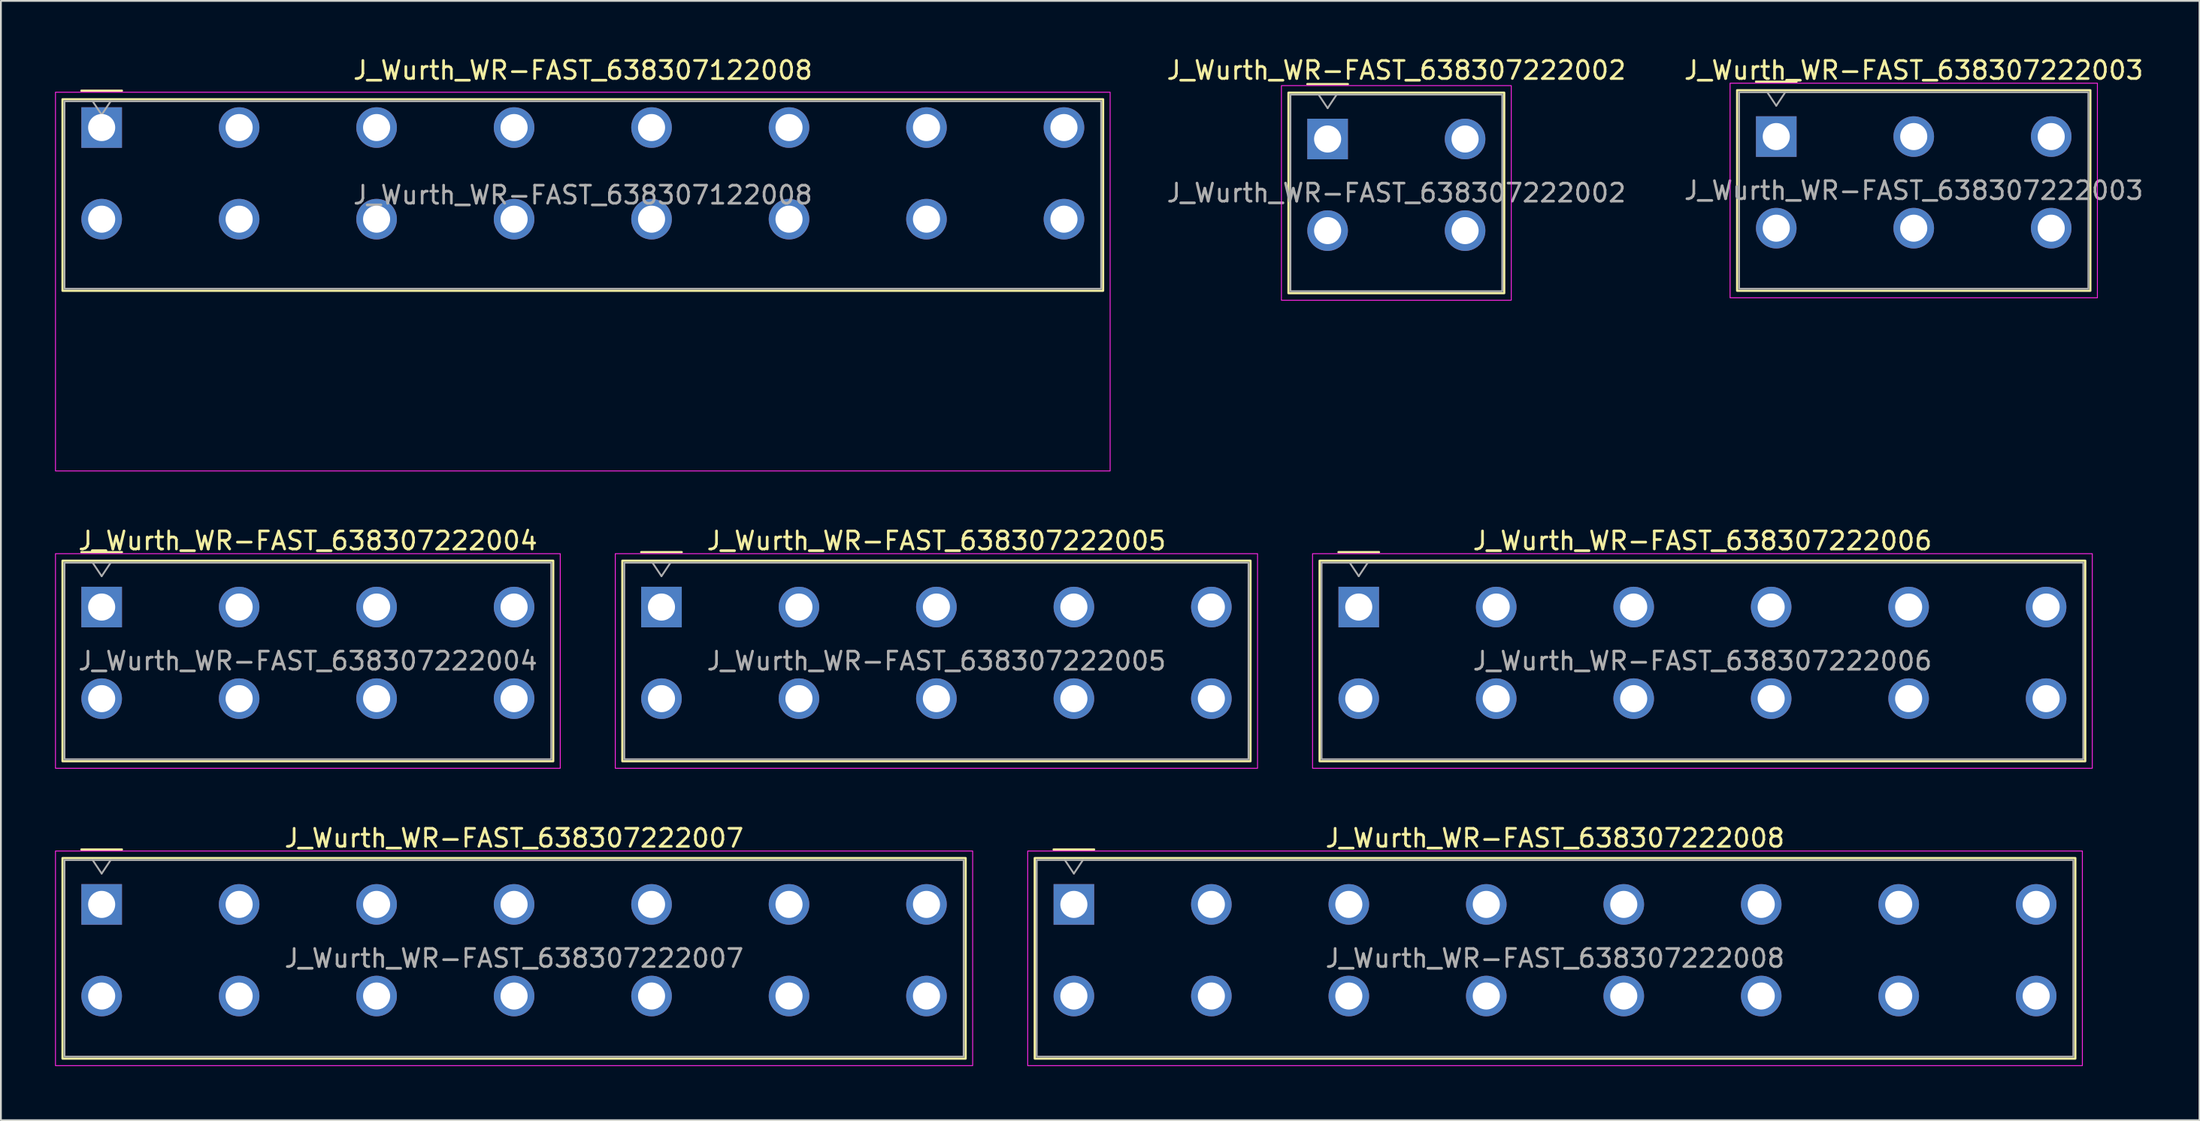
<source format=kicad_pcb>
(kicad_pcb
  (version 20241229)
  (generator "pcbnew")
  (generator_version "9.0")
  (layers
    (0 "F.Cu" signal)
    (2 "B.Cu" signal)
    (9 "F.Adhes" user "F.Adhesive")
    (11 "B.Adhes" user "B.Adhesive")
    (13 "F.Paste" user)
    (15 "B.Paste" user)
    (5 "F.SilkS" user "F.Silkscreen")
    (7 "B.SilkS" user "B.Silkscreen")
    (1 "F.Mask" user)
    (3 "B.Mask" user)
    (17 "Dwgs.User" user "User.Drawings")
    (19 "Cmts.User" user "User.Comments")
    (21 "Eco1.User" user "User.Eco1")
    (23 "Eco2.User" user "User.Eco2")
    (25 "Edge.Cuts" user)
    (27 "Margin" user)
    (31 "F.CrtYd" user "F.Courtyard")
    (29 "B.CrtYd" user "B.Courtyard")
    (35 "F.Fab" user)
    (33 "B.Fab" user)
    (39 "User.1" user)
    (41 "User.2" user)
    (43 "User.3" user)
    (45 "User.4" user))
  (footprint "J_Wurth_WR-FAST_638307122008"
    (layer "F.Cu")
    (at 2.585 4.023)
    (property "Reference" "J_Wurth_WR-FAST_638307122008" (at 26.67 -3.175 0) (unlocked yes) (layer "F.SilkS") (effects (font (size 1 1) (thickness 0.15))))
    (attr smd)
    (fp_line (start -1.125 -2.045) (end 1.125 -2.045) (stroke (width 0.12) (type solid)) (layer "F.SilkS"))
    (fp_rect (start -2.17 -1.57) (end 55.51 9.05) (stroke (width 0.12) (type solid)) (fill no) (layer "F.SilkS"))
    (fp_rect (start -2.56 -1.96) (end 55.9 19.04) (stroke (width 0.05) (type solid)) (fill no) (layer "F.CrtYd"))
    (fp_line (start 0 -0.71) (end -0.5 -1.46) (stroke (width 0.1) (type solid)) (layer "F.Fab"))
    (fp_line (start 0 -0.71) (end 0.5 -1.46) (stroke (width 0.1) (type solid)) (layer "F.Fab"))
    (fp_rect (start -2.06 -1.46) (end 55.4 8.94) (stroke (width 0.1) (type solid)) (fill no) (layer "F.Fab"))
    (fp_text user "${REFERENCE}" (at 26.67 3.74 0) (unlocked yes) (layer "F.Fab") (effects (font (size 1 1) (thickness 0.15))))
    (pad "1" thru_hole rect (at 0 0) (size 2.25 2.25) (drill 1.5) (layers "*.Cu" "*.Mask"))
    (pad "2" thru_hole circle (at 7.62 0) (size 2.25 2.25) (drill 1.5) (layers "*.Cu" "*.Mask"))
    (pad "3" thru_hole circle (at 15.24 0) (size 2.25 2.25) (drill 1.5) (layers "*.Cu" "*.Mask"))
    (pad "4" thru_hole circle (at 22.86 0) (size 2.25 2.25) (drill 1.5) (layers "*.Cu" "*.Mask"))
    (pad "5" thru_hole circle (at 30.48 0) (size 2.25 2.25) (drill 1.5) (layers "*.Cu" "*.Mask"))
    (pad "6" thru_hole circle (at 38.1 0) (size 2.25 2.25) (drill 1.5) (layers "*.Cu" "*.Mask"))
    (pad "7" thru_hole circle (at 45.72 0) (size 2.25 2.25) (drill 1.5) (layers "*.Cu" "*.Mask"))
    (pad "8" thru_hole circle (at 53.34 0) (size 2.25 2.25) (drill 1.5) (layers "*.Cu" "*.Mask"))
    (pad "A1" thru_hole circle (at 0 5.08) (size 2.25 2.25) (drill 1.5) (layers "*.Cu" "*.Mask"))
    (pad "A2" thru_hole circle (at 7.62 5.08) (size 2.25 2.25) (drill 1.5) (layers "*.Cu" "*.Mask"))
    (pad "A3" thru_hole circle (at 15.24 5.08) (size 2.25 2.25) (drill 1.5) (layers "*.Cu" "*.Mask"))
    (pad "A4" thru_hole circle (at 22.86 5.08) (size 2.25 2.25) (drill 1.5) (layers "*.Cu" "*.Mask"))
    (pad "A5" thru_hole circle (at 30.48 5.08) (size 2.25 2.25) (drill 1.5) (layers "*.Cu" "*.Mask"))
    (pad "A6" thru_hole circle (at 38.1 5.08) (size 2.25 2.25) (drill 1.5) (layers "*.Cu" "*.Mask"))
    (pad "A7" thru_hole circle (at 45.72 5.08) (size 2.25 2.25) (drill 1.5) (layers "*.Cu" "*.Mask"))
    (pad "A8" thru_hole circle (at 53.34 5.08) (size 2.25 2.25) (drill 1.5) (layers "*.Cu" "*.Mask")))
  (footprint "J_Wurth_WR-FAST_638307222002"
    (layer "F.Cu")
    (at 70.539 4.658)
    (property "Reference" "J_Wurth_WR-FAST_638307222002" (at 3.81 -3.81 0) (unlocked yes) (layer "F.SilkS") (effects (font (size 1 1) (thickness 0.15))))
    (attr smd)
    (fp_line (start -1.125 -3.045) (end 1.125 -3.045) (stroke (width 0.12) (type solid)) (layer "F.SilkS"))
    (fp_rect (start -2.17 -2.57) (end 9.79 8.55) (stroke (width 0.12) (type solid)) (fill no) (layer "F.SilkS"))
    (fp_rect (start -2.56 -2.96) (end 10.18 8.94) (stroke (width 0.05) (type solid)) (fill no) (layer "F.CrtYd"))
    (fp_line (start 0 -1.71) (end -0.5 -2.46) (stroke (width 0.1) (type solid)) (layer "F.Fab"))
    (fp_line (start 0 -1.71) (end 0.5 -2.46) (stroke (width 0.1) (type solid)) (layer "F.Fab"))
    (fp_rect (start -2.06 -2.46) (end 9.68 8.44) (stroke (width 0.1) (type solid)) (fill no) (layer "F.Fab"))
    (fp_text user "${REFERENCE}" (at 3.81 2.99 0) (unlocked yes) (layer "F.Fab") (effects (font (size 1 1) (thickness 0.15))))
    (pad "1" thru_hole rect (at 0 0) (size 2.25 2.25) (drill 1.5) (layers "*.Cu" "*.Mask"))
    (pad "2" thru_hole circle (at 7.62 0) (size 2.25 2.25) (drill 1.5) (layers "*.Cu" "*.Mask"))
    (pad "A1" thru_hole circle (at 0 5.08) (size 2.25 2.25) (drill 1.5) (layers "*.Cu" "*.Mask"))
    (pad "A2" thru_hole circle (at 7.62 5.08) (size 2.25 2.25) (drill 1.5) (layers "*.Cu" "*.Mask")))
  (footprint "J_Wurth_WR-FAST_638307222008"
    (layer "F.Cu")
    (at 56.475 47.1)
    (property "Reference" "J_Wurth_WR-FAST_638307222008" (at 26.67 -3.675 0) (unlocked yes) (layer "F.SilkS") (effects (font (size 1 1) (thickness 0.15))))
    (attr smd)
    (fp_line (start -1.125 -3.045) (end 1.125 -3.045) (stroke (width 0.12) (type solid)) (layer "F.SilkS"))
    (fp_rect (start -2.17 -2.57) (end 55.51 8.55) (stroke (width 0.12) (type solid)) (fill no) (layer "F.SilkS"))
    (fp_rect (start -2.56 -2.96) (end 55.9 8.94) (stroke (width 0.05) (type solid)) (fill no) (layer "F.CrtYd"))
    (fp_line (start 0 -1.71) (end -0.5 -2.46) (stroke (width 0.1) (type solid)) (layer "F.Fab"))
    (fp_line (start 0 -1.71) (end 0.5 -2.46) (stroke (width 0.1) (type solid)) (layer "F.Fab"))
    (fp_rect (start -2.06 -2.46) (end 55.4 8.44) (stroke (width 0.1) (type solid)) (fill no) (layer "F.Fab"))
    (fp_text user "${REFERENCE}" (at 26.67 2.99 0) (unlocked yes) (layer "F.Fab") (effects (font (size 1 1) (thickness 0.15))))
    (pad "1" thru_hole rect (at 0 0) (size 2.25 2.25) (drill 1.5) (layers "*.Cu" "*.Mask"))
    (pad "2" thru_hole circle (at 7.62 0) (size 2.25 2.25) (drill 1.5) (layers "*.Cu" "*.Mask"))
    (pad "3" thru_hole circle (at 15.24 0) (size 2.25 2.25) (drill 1.5) (layers "*.Cu" "*.Mask"))
    (pad "4" thru_hole circle (at 22.86 0) (size 2.25 2.25) (drill 1.5) (layers "*.Cu" "*.Mask"))
    (pad "5" thru_hole circle (at 30.48 0) (size 2.25 2.25) (drill 1.5) (layers "*.Cu" "*.Mask"))
    (pad "6" thru_hole circle (at 38.1 0) (size 2.25 2.25) (drill 1.5) (layers "*.Cu" "*.Mask"))
    (pad "7" thru_hole circle (at 45.72 0) (size 2.25 2.25) (drill 1.5) (layers "*.Cu" "*.Mask"))
    (pad "8" thru_hole circle (at 53.34 0) (size 2.25 2.25) (drill 1.5) (layers "*.Cu" "*.Mask"))
    (pad "A1" thru_hole circle (at 0 5.08) (size 2.25 2.25) (drill 1.5) (layers "*.Cu" "*.Mask"))
    (pad "A2" thru_hole circle (at 7.62 5.08) (size 2.25 2.25) (drill 1.5) (layers "*.Cu" "*.Mask"))
    (pad "A3" thru_hole circle (at 15.24 5.08) (size 2.25 2.25) (drill 1.5) (layers "*.Cu" "*.Mask"))
    (pad "A4" thru_hole circle (at 22.86 5.08) (size 2.25 2.25) (drill 1.5) (layers "*.Cu" "*.Mask"))
    (pad "A5" thru_hole circle (at 30.48 5.08) (size 2.25 2.25) (drill 1.5) (layers "*.Cu" "*.Mask"))
    (pad "A6" thru_hole circle (at 38.1 5.08) (size 2.25 2.25) (drill 1.5) (layers "*.Cu" "*.Mask"))
    (pad "A7" thru_hole circle (at 45.72 5.08) (size 2.25 2.25) (drill 1.5) (layers "*.Cu" "*.Mask"))
    (pad "A8" thru_hole circle (at 53.34 5.08) (size 2.25 2.25) (drill 1.5) (layers "*.Cu" "*.Mask")))
  (footprint "J_Wurth_WR-FAST_638307222003"
    (layer "F.Cu")
    (at 95.408 4.523)
    (property "Reference" "J_Wurth_WR-FAST_638307222003" (at 7.62 -3.675 0) (unlocked yes) (layer "F.SilkS") (effects (font (size 1 1) (thickness 0.15))))
    (attr smd)
    (fp_line (start -1.125 -3.045) (end 1.125 -3.045) (stroke (width 0.12) (type solid)) (layer "F.SilkS"))
    (fp_rect (start -2.17 -2.57) (end 17.41 8.55) (stroke (width 0.12) (type solid)) (fill no) (layer "F.SilkS"))
    (fp_rect (start -2.56 -2.96) (end 17.8 8.94) (stroke (width 0.05) (type solid)) (fill no) (layer "F.CrtYd"))
    (fp_line (start 0 -1.71) (end -0.5 -2.46) (stroke (width 0.1) (type solid)) (layer "F.Fab"))
    (fp_line (start 0 -1.71) (end 0.5 -2.46) (stroke (width 0.1) (type solid)) (layer "F.Fab"))
    (fp_rect (start -2.06 -2.46) (end 17.3 8.44) (stroke (width 0.1) (type solid)) (fill no) (layer "F.Fab"))
    (fp_text user "${REFERENCE}" (at 7.62 2.99 0) (unlocked yes) (layer "F.Fab") (effects (font (size 1 1) (thickness 0.15))))
    (pad "1" thru_hole rect (at 0 0) (size 2.25 2.25) (drill 1.5) (layers "*.Cu" "*.Mask"))
    (pad "2" thru_hole circle (at 7.62 0) (size 2.25 2.25) (drill 1.5) (layers "*.Cu" "*.Mask"))
    (pad "3" thru_hole circle (at 15.24 0) (size 2.25 2.25) (drill 1.5) (layers "*.Cu" "*.Mask"))
    (pad "A1" thru_hole circle (at 0 5.08) (size 2.25 2.25) (drill 1.5) (layers "*.Cu" "*.Mask"))
    (pad "A2" thru_hole circle (at 7.62 5.08) (size 2.25 2.25) (drill 1.5) (layers "*.Cu" "*.Mask"))
    (pad "A3" thru_hole circle (at 15.24 5.08) (size 2.25 2.25) (drill 1.5) (layers "*.Cu" "*.Mask")))
  (footprint "J_Wurth_WR-FAST_638307222005"
    (layer "F.Cu")
    (at 33.615 30.611)
    (property "Reference" "J_Wurth_WR-FAST_638307222005" (at 15.24 -3.675 0) (unlocked yes) (layer "F.SilkS") (effects (font (size 1 1) (thickness 0.15))))
    (attr smd)
    (fp_line (start -1.125 -3.045) (end 1.125 -3.045) (stroke (width 0.12) (type solid)) (layer "F.SilkS"))
    (fp_rect (start -2.17 -2.57) (end 32.65 8.55) (stroke (width 0.12) (type solid)) (fill no) (layer "F.SilkS"))
    (fp_rect (start -2.56 -2.96) (end 33.04 8.94) (stroke (width 0.05) (type solid)) (fill no) (layer "F.CrtYd"))
    (fp_line (start 0 -1.71) (end -0.5 -2.46) (stroke (width 0.1) (type solid)) (layer "F.Fab"))
    (fp_line (start 0 -1.71) (end 0.5 -2.46) (stroke (width 0.1) (type solid)) (layer "F.Fab"))
    (fp_rect (start -2.06 -2.46) (end 32.54 8.44) (stroke (width 0.1) (type solid)) (fill no) (layer "F.Fab"))
    (fp_text user "${REFERENCE}" (at 15.24 2.99 0) (unlocked yes) (layer "F.Fab") (effects (font (size 1 1) (thickness 0.15))))
    (pad "1" thru_hole rect (at 0 0) (size 2.25 2.25) (drill 1.5) (layers "*.Cu" "*.Mask"))
    (pad "2" thru_hole circle (at 7.62 0) (size 2.25 2.25) (drill 1.5) (layers "*.Cu" "*.Mask"))
    (pad "3" thru_hole circle (at 15.24 0) (size 2.25 2.25) (drill 1.5) (layers "*.Cu" "*.Mask"))
    (pad "4" thru_hole circle (at 22.86 0) (size 2.25 2.25) (drill 1.5) (layers "*.Cu" "*.Mask"))
    (pad "5" thru_hole circle (at 30.48 0) (size 2.25 2.25) (drill 1.5) (layers "*.Cu" "*.Mask"))
    (pad "A1" thru_hole circle (at 0 5.08) (size 2.25 2.25) (drill 1.5) (layers "*.Cu" "*.Mask"))
    (pad "A2" thru_hole circle (at 7.62 5.08) (size 2.25 2.25) (drill 1.5) (layers "*.Cu" "*.Mask"))
    (pad "A3" thru_hole circle (at 15.24 5.08) (size 2.25 2.25) (drill 1.5) (layers "*.Cu" "*.Mask"))
    (pad "A4" thru_hole circle (at 22.86 5.08) (size 2.25 2.25) (drill 1.5) (layers "*.Cu" "*.Mask"))
    (pad "A5" thru_hole circle (at 30.48 5.08) (size 2.25 2.25) (drill 1.5) (layers "*.Cu" "*.Mask")))
  (footprint "J_Wurth_WR-FAST_638307222006"
    (layer "F.Cu")
    (at 72.265 30.611)
    (property "Reference" "J_Wurth_WR-FAST_638307222006" (at 19.05 -3.675 0) (unlocked yes) (layer "F.SilkS") (effects (font (size 1 1) (thickness 0.15))))
    (attr smd)
    (fp_line (start -1.125 -3.045) (end 1.125 -3.045) (stroke (width 0.12) (type solid)) (layer "F.SilkS"))
    (fp_rect (start -2.17 -2.57) (end 40.27 8.55) (stroke (width 0.12) (type solid)) (fill no) (layer "F.SilkS"))
    (fp_rect (start -2.56 -2.96) (end 40.66 8.94) (stroke (width 0.05) (type solid)) (fill no) (layer "F.CrtYd"))
    (fp_line (start 0 -1.71) (end -0.5 -2.46) (stroke (width 0.1) (type solid)) (layer "F.Fab"))
    (fp_line (start 0 -1.71) (end 0.5 -2.46) (stroke (width 0.1) (type solid)) (layer "F.Fab"))
    (fp_rect (start -2.06 -2.46) (end 40.16 8.44) (stroke (width 0.1) (type solid)) (fill no) (layer "F.Fab"))
    (fp_text user "${REFERENCE}" (at 19.05 2.99 0) (unlocked yes) (layer "F.Fab") (effects (font (size 1 1) (thickness 0.15))))
    (pad "1" thru_hole rect (at 0 0) (size 2.25 2.25) (drill 1.5) (layers "*.Cu" "*.Mask"))
    (pad "2" thru_hole circle (at 7.62 0) (size 2.25 2.25) (drill 1.5) (layers "*.Cu" "*.Mask"))
    (pad "3" thru_hole circle (at 15.24 0) (size 2.25 2.25) (drill 1.5) (layers "*.Cu" "*.Mask"))
    (pad "4" thru_hole circle (at 22.86 0) (size 2.25 2.25) (drill 1.5) (layers "*.Cu" "*.Mask"))
    (pad "5" thru_hole circle (at 30.48 0) (size 2.25 2.25) (drill 1.5) (layers "*.Cu" "*.Mask"))
    (pad "6" thru_hole circle (at 38.1 0) (size 2.25 2.25) (drill 1.5) (layers "*.Cu" "*.Mask"))
    (pad "A1" thru_hole circle (at 0 5.08) (size 2.25 2.25) (drill 1.5) (layers "*.Cu" "*.Mask"))
    (pad "A2" thru_hole circle (at 7.62 5.08) (size 2.25 2.25) (drill 1.5) (layers "*.Cu" "*.Mask"))
    (pad "A3" thru_hole circle (at 15.24 5.08) (size 2.25 2.25) (drill 1.5) (layers "*.Cu" "*.Mask"))
    (pad "A4" thru_hole circle (at 22.86 5.08) (size 2.25 2.25) (drill 1.5) (layers "*.Cu" "*.Mask"))
    (pad "A5" thru_hole circle (at 30.48 5.08) (size 2.25 2.25) (drill 1.5) (layers "*.Cu" "*.Mask"))
    (pad "A6" thru_hole circle (at 38.1 5.08) (size 2.25 2.25) (drill 1.5) (layers "*.Cu" "*.Mask")))
  (footprint "J_Wurth_WR-FAST_638307222004"
    (layer "F.Cu")
    (at 2.585 30.611)
    (property "Reference" "J_Wurth_WR-FAST_638307222004" (at 11.43 -3.675 0) (unlocked yes) (layer "F.SilkS") (effects (font (size 1 1) (thickness 0.15))))
    (attr smd)
    (fp_line (start -1.125 -3.045) (end 1.125 -3.045) (stroke (width 0.12) (type solid)) (layer "F.SilkS"))
    (fp_rect (start -2.17 -2.57) (end 25.03 8.55) (stroke (width 0.12) (type solid)) (fill no) (layer "F.SilkS"))
    (fp_rect (start -2.56 -2.96) (end 25.42 8.94) (stroke (width 0.05) (type solid)) (fill no) (layer "F.CrtYd"))
    (fp_line (start 0 -1.71) (end -0.5 -2.46) (stroke (width 0.1) (type solid)) (layer "F.Fab"))
    (fp_line (start 0 -1.71) (end 0.5 -2.46) (stroke (width 0.1) (type solid)) (layer "F.Fab"))
    (fp_rect (start -2.06 -2.46) (end 24.92 8.44) (stroke (width 0.1) (type solid)) (fill no) (layer "F.Fab"))
    (fp_text user "${REFERENCE}" (at 11.43 2.99 0) (unlocked yes) (layer "F.Fab") (effects (font (size 1 1) (thickness 0.15))))
    (pad "1" thru_hole rect (at 0 0) (size 2.25 2.25) (drill 1.5) (layers "*.Cu" "*.Mask"))
    (pad "2" thru_hole circle (at 7.62 0) (size 2.25 2.25) (drill 1.5) (layers "*.Cu" "*.Mask"))
    (pad "3" thru_hole circle (at 15.24 0) (size 2.25 2.25) (drill 1.5) (layers "*.Cu" "*.Mask"))
    (pad "4" thru_hole circle (at 22.86 0) (size 2.25 2.25) (drill 1.5) (layers "*.Cu" "*.Mask"))
    (pad "A1" thru_hole circle (at 0 5.08) (size 2.25 2.25) (drill 1.5) (layers "*.Cu" "*.Mask"))
    (pad "A2" thru_hole circle (at 7.62 5.08) (size 2.25 2.25) (drill 1.5) (layers "*.Cu" "*.Mask"))
    (pad "A3" thru_hole circle (at 15.24 5.08) (size 2.25 2.25) (drill 1.5) (layers "*.Cu" "*.Mask"))
    (pad "A4" thru_hole circle (at 22.86 5.08) (size 2.25 2.25) (drill 1.5) (layers "*.Cu" "*.Mask")))
  (footprint "J_Wurth_WR-FAST_638307222007"
    (layer "F.Cu")
    (at 2.585 47.1)
    (property "Reference" "J_Wurth_WR-FAST_638307222007" (at 22.86 -3.675 0) (unlocked yes) (layer "F.SilkS") (effects (font (size 1 1) (thickness 0.15))))
    (attr smd)
    (fp_line (start -1.125 -3.045) (end 1.125 -3.045) (stroke (width 0.12) (type solid)) (layer "F.SilkS"))
    (fp_rect (start -2.17 -2.57) (end 47.89 8.55) (stroke (width 0.12) (type solid)) (fill no) (layer "F.SilkS"))
    (fp_rect (start -2.56 -2.96) (end 48.28 8.94) (stroke (width 0.05) (type solid)) (fill no) (layer "F.CrtYd"))
    (fp_line (start 0 -1.71) (end -0.5 -2.46) (stroke (width 0.1) (type solid)) (layer "F.Fab"))
    (fp_line (start 0 -1.71) (end 0.5 -2.46) (stroke (width 0.1) (type solid)) (layer "F.Fab"))
    (fp_rect (start -2.06 -2.46) (end 47.78 8.44) (stroke (width 0.1) (type solid)) (fill no) (layer "F.Fab"))
    (fp_text user "${REFERENCE}" (at 22.86 2.99 0) (unlocked yes) (layer "F.Fab") (effects (font (size 1 1) (thickness 0.15))))
    (pad "1" thru_hole rect (at 0 0) (size 2.25 2.25) (drill 1.5) (layers "*.Cu" "*.Mask"))
    (pad "2" thru_hole circle (at 7.62 0) (size 2.25 2.25) (drill 1.5) (layers "*.Cu" "*.Mask"))
    (pad "3" thru_hole circle (at 15.24 0) (size 2.25 2.25) (drill 1.5) (layers "*.Cu" "*.Mask"))
    (pad "4" thru_hole circle (at 22.86 0) (size 2.25 2.25) (drill 1.5) (layers "*.Cu" "*.Mask"))
    (pad "5" thru_hole circle (at 30.48 0) (size 2.25 2.25) (drill 1.5) (layers "*.Cu" "*.Mask"))
    (pad "6" thru_hole circle (at 38.1 0) (size 2.25 2.25) (drill 1.5) (layers "*.Cu" "*.Mask"))
    (pad "7" thru_hole circle (at 45.72 0) (size 2.25 2.25) (drill 1.5) (layers "*.Cu" "*.Mask"))
    (pad "A1" thru_hole circle (at 0 5.08) (size 2.25 2.25) (drill 1.5) (layers "*.Cu" "*.Mask"))
    (pad "A2" thru_hole circle (at 7.62 5.08) (size 2.25 2.25) (drill 1.5) (layers "*.Cu" "*.Mask"))
    (pad "A3" thru_hole circle (at 15.24 5.08) (size 2.25 2.25) (drill 1.5) (layers "*.Cu" "*.Mask"))
    (pad "A4" thru_hole circle (at 22.86 5.08) (size 2.25 2.25) (drill 1.5) (layers "*.Cu" "*.Mask"))
    (pad "A5" thru_hole circle (at 30.48 5.08) (size 2.25 2.25) (drill 1.5) (layers "*.Cu" "*.Mask"))
    (pad "A6" thru_hole circle (at 38.1 5.08) (size 2.25 2.25) (drill 1.5) (layers "*.Cu" "*.Mask"))
    (pad "A7" thru_hole circle (at 45.72 5.08) (size 2.25 2.25) (drill 1.5) (layers "*.Cu" "*.Mask")))
  (gr_rect
    (start -3 -3)
    (end 118.867 59.065)
    (stroke (width 0.1) (type default))
    (fill no)
    (layer "Edge.Cuts")))
</source>
